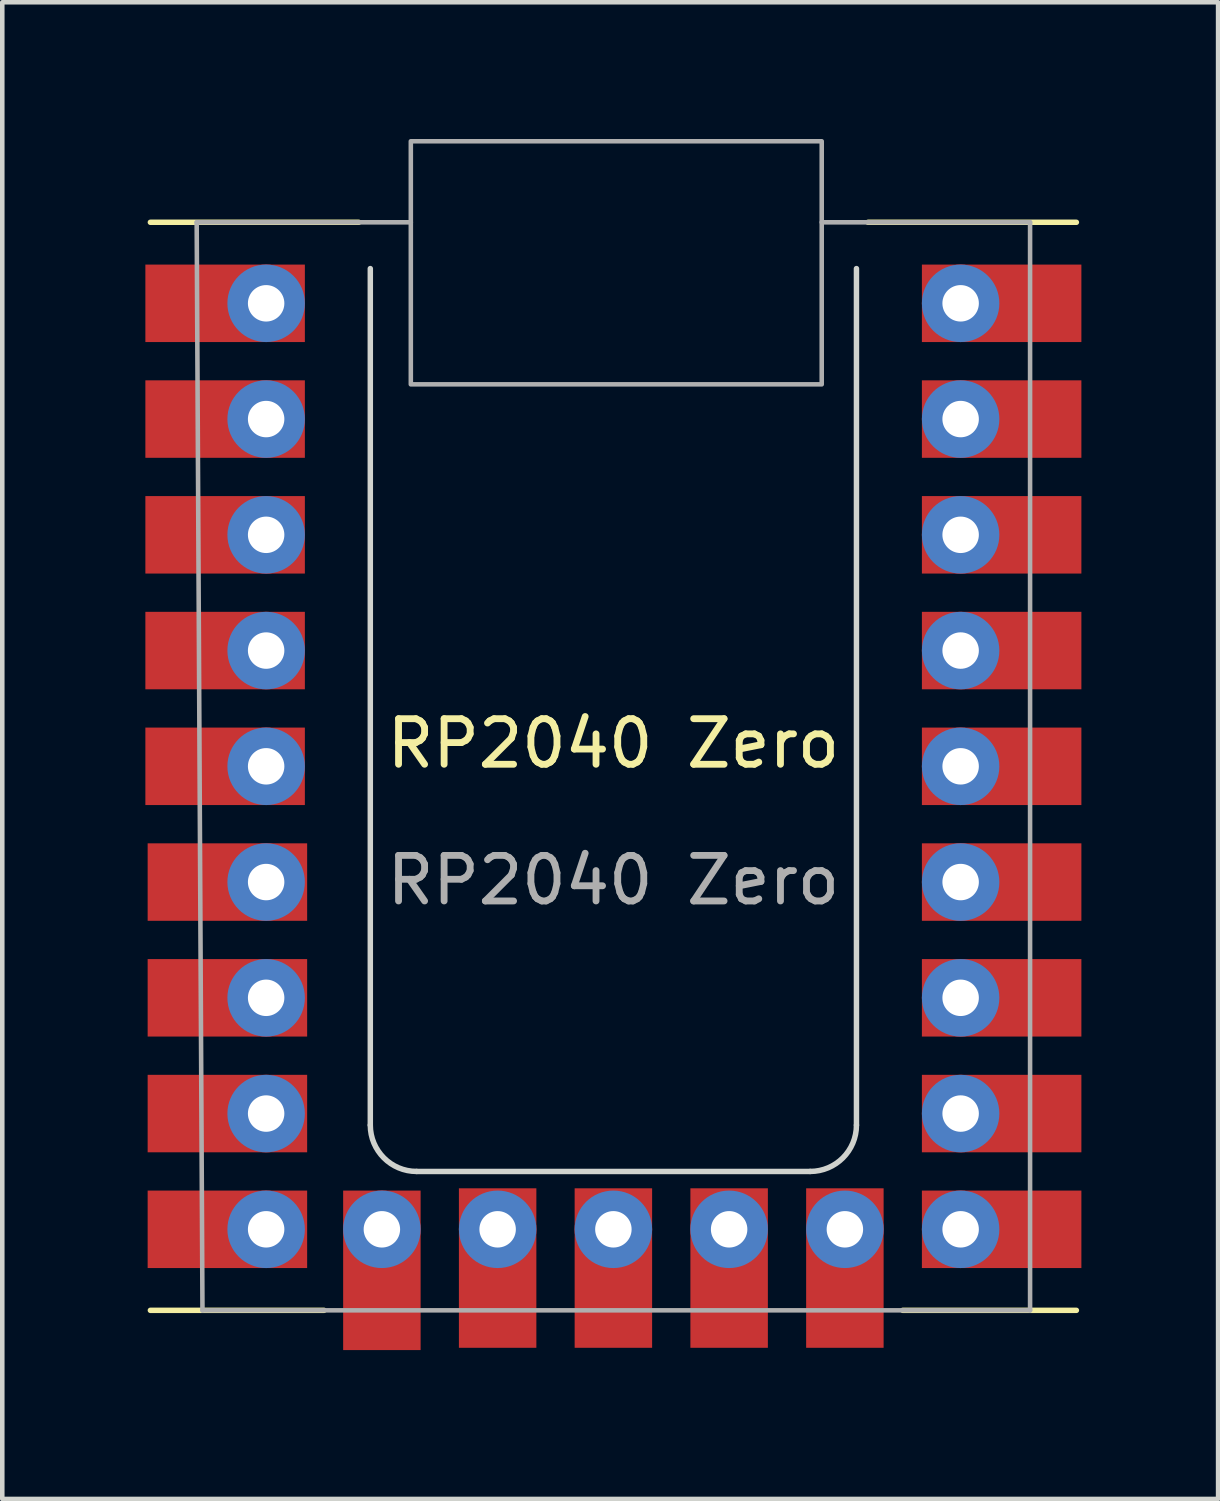
<source format=kicad_pcb>
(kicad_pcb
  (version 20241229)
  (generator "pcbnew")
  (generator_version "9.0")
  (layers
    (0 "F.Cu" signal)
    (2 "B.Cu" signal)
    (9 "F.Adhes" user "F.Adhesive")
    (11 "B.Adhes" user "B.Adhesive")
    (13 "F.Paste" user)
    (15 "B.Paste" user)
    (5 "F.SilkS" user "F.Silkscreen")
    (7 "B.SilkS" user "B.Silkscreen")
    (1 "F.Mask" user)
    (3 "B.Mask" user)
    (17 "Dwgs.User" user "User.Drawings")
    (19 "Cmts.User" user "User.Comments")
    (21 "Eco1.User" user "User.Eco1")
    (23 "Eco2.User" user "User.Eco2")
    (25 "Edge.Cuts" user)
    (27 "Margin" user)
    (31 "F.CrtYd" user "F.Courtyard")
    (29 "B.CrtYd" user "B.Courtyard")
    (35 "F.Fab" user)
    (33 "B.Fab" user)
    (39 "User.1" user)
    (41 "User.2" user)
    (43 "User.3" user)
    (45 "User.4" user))
  (footprint "RP2040 Zero"
    (layer "F.Cu")
    (at 0.25 26.593)
    (property "Reference" "RP2040 Zero" (at 10.16 -13.327 0) (unlocked yes) (layer "F.SilkS") (effects (font (size 1 1) (thickness 0.15))))
    (attr through_hole)
    (fp_line (start 0 -24.765) (end 4.572 -24.765) (stroke (width 0.12) (type default)) (layer "F.SilkS"))
    (fp_line (start 0 -0.889) (end 3.81 -0.889) (stroke (width 0.12) (type default)) (layer "F.SilkS"))
    (fp_line (start 15.748 -24.765) (end 20.32 -24.765) (stroke (width 0.12) (type default)) (layer "F.SilkS"))
    (fp_line (start 16.51 -0.889) (end 20.32 -0.889) (stroke (width 0.12) (type default)) (layer "F.SilkS"))
    (fp_line (start 4.826 -23.749) (end 4.826 -4.953) (stroke (width 0.12) (type default)) (layer "Edge.Cuts"))
    (fp_line (start 5.842 -3.937) (end 14.478 -3.937) (stroke (width 0.12) (type default)) (layer "Edge.Cuts"))
    (fp_line (start 15.494 -4.953) (end 15.494 -23.749) (stroke (width 0.12) (type default)) (layer "Edge.Cuts"))
    (fp_arc (start 5.842 -3.937) (mid 5.12358 -4.23458) (end 4.826 -4.953) (stroke (width 0.12) (type default)) (layer "Edge.Cuts"))
    (fp_arc (start 15.494 -4.953) (mid 15.19642 -4.23458) (end 14.478 -3.937) (stroke (width 0.12) (type default)) (layer "Edge.Cuts"))
    (fp_line (start 1.016 -24.765) (end 5.715 -24.765) (stroke (width 0.1) (type default)) (layer "F.Fab"))
    (fp_line (start 1.143 -0.889) (end 1.016 -24.765) (stroke (width 0.1) (type default)) (layer "F.Fab"))
    (fp_line (start 14.732 -24.765) (end 19.304 -24.765) (stroke (width 0.1) (type default)) (layer "F.Fab"))
    (fp_line (start 19.304 -24.765) (end 19.304 -0.889) (stroke (width 0.1) (type default)) (layer "F.Fab"))
    (fp_line (start 19.304 -0.889) (end 1.143 -0.889) (stroke (width 0.1) (type default)) (layer "F.Fab"))
    (fp_rect (start 5.715 -26.543) (end 14.732 -21.209) (stroke (width 0.1) (type default)) (fill no) (layer "F.Fab"))
    (fp_text user "${REFERENCE}" (at 10.16 -10.327 0) (unlocked yes) (layer "F.Fab") (effects (font (size 1 1) (thickness 0.15))))
    (pad "1" smd rect (at 1.64 -22.987) (size 3.5 1.7) (layers "F.Cu" "F.Mask"))
    (pad "1" thru_hole circle (at 2.54 -22.987) (size 1.7 1.7) (drill 0.8) (layers "*.Cu" "*.Mask"))
    (pad "2" smd rect (at 1.64 -20.447) (size 3.5 1.7) (layers "F.Cu" "F.Mask"))
    (pad "2" thru_hole circle (at 2.54 -20.447) (size 1.7 1.7) (drill 0.8) (layers "*.Cu" "*.Mask"))
    (pad "3" smd rect (at 1.64 -17.907) (size 3.5 1.7) (layers "F.Cu" "F.Mask"))
    (pad "3" thru_hole circle (at 2.54 -17.907) (size 1.7 1.7) (drill 0.8) (layers "*.Cu" "*.Mask"))
    (pad "4" smd rect (at 1.64 -15.367) (size 3.5 1.7) (layers "F.Cu" "F.Mask"))
    (pad "4" thru_hole circle (at 2.54 -15.367) (size 1.7 1.7) (drill 0.8) (layers "*.Cu" "*.Mask"))
    (pad "5" smd rect (at 1.64 -12.827) (size 3.5 1.7) (layers "F.Cu" "F.Mask"))
    (pad "5" thru_hole circle (at 2.54 -12.827) (size 1.7 1.7) (drill 0.8) (layers "*.Cu" "*.Mask"))
    (pad "6" smd rect (at 1.69 -10.287) (size 3.5 1.7) (layers "F.Cu" "F.Mask"))
    (pad "6" thru_hole circle (at 2.54 -10.287) (size 1.7 1.7) (drill 0.8) (layers "*.Cu" "*.Mask"))
    (pad "7" smd rect (at 1.69 -7.747) (size 3.5 1.7) (layers "F.Cu" "F.Mask"))
    (pad "7" thru_hole circle (at 2.54 -7.747) (size 1.7 1.7) (drill 0.8) (layers "*.Cu" "*.Mask"))
    (pad "8" smd rect (at 1.69 -5.207) (size 3.5 1.7) (layers "F.Cu" "F.Mask"))
    (pad "8" thru_hole circle (at 2.54 -5.207) (size 1.7 1.7) (drill 0.8) (layers "*.Cu" "*.Mask"))
    (pad "9" smd rect (at 1.69 -2.667) (size 3.5 1.7) (layers "F.Cu" "F.Mask"))
    (pad "9" thru_hole circle (at 2.54 -2.667) (size 1.7 1.7) (drill 0.8) (layers "*.Cu" "*.Mask"))
    (pad "10" thru_hole circle (at 17.78 -22.987) (size 1.7 1.7) (drill 0.8) (layers "*.Cu" "*.Mask"))
    (pad "10" smd rect (at 18.68 -22.987) (size 3.5 1.7) (layers "F.Cu" "F.Mask"))
    (pad "11" thru_hole circle (at 17.78 -20.447) (size 1.7 1.7) (drill 0.8) (layers "*.Cu" "*.Mask"))
    (pad "11" smd rect (at 18.68 -20.447) (size 3.5 1.7) (layers "F.Cu" "F.Mask"))
    (pad "12" thru_hole circle (at 17.78 -17.907) (size 1.7 1.7) (drill 0.8) (layers "*.Cu" "*.Mask"))
    (pad "12" smd rect (at 18.68 -17.907) (size 3.5 1.7) (layers "F.Cu" "F.Mask"))
    (pad "13" thru_hole circle (at 17.78 -15.367) (size 1.7 1.7) (drill 0.8) (layers "*.Cu" "*.Mask"))
    (pad "13" smd rect (at 18.68 -15.367) (size 3.5 1.7) (layers "F.Cu" "F.Mask"))
    (pad "14" thru_hole circle (at 17.78 -12.827) (size 1.7 1.7) (drill 0.8) (layers "*.Cu" "*.Mask"))
    (pad "14" smd rect (at 18.68 -12.827) (size 3.5 1.7) (layers "F.Cu" "F.Mask"))
    (pad "15" thru_hole circle (at 17.78 -10.287) (size 1.7 1.7) (drill 0.8) (layers "*.Cu" "*.Mask"))
    (pad "15" smd rect (at 18.68 -10.287) (size 3.5 1.7) (layers "F.Cu" "F.Mask"))
    (pad "16" thru_hole circle (at 17.78 -7.747) (size 1.7 1.7) (drill 0.8) (layers "*.Cu" "*.Mask"))
    (pad "16" smd rect (at 18.68 -7.747) (size 3.5 1.7) (layers "F.Cu" "F.Mask"))
    (pad "17" thru_hole circle (at 17.78 -5.207) (size 1.7 1.7) (drill 0.8) (layers "*.Cu" "*.Mask"))
    (pad "17" smd rect (at 18.68 -5.207) (size 3.5 1.7) (layers "F.Cu" "F.Mask"))
    (pad "18" thru_hole circle (at 17.78 -2.667) (size 1.7 1.7) (drill 0.8) (layers "*.Cu" "*.Mask"))
    (pad "18" smd rect (at 18.68 -2.667) (size 3.5 1.7) (layers "F.Cu" "F.Mask"))
    (pad "19" thru_hole circle (at 5.08 -2.667) (size 1.7 1.7) (drill 0.8) (layers "*.Cu" "*.Mask"))
    (pad "19" smd rect (at 5.08 -1.767 90) (size 3.5 1.7) (layers "F.Cu" "F.Mask"))
    (pad "20" thru_hole circle (at 7.62 -2.667) (size 1.7 1.7) (drill 0.8) (layers "*.Cu" "*.Mask"))
    (pad "20" smd rect (at 7.62 -1.817 90) (size 3.5 1.7) (layers "F.Cu" "F.Mask"))
    (pad "21" thru_hole circle (at 10.16 -2.667) (size 1.7 1.7) (drill 0.8) (layers "*.Cu" "*.Mask"))
    (pad "21" smd rect (at 10.16 -1.817 90) (size 3.5 1.7) (layers "F.Cu" "F.Mask"))
    (pad "22" thru_hole circle (at 12.7 -2.667) (size 1.7 1.7) (drill 0.8) (layers "*.Cu" "*.Mask"))
    (pad "22" smd rect (at 12.7 -1.817 90) (size 3.5 1.7) (layers "F.Cu" "F.Mask"))
    (pad "23" thru_hole circle (at 15.24 -2.667) (size 1.7 1.7) (drill 0.8) (layers "*.Cu" "*.Mask"))
    (pad "23" smd rect (at 15.24 -1.817 90) (size 3.5 1.7) (layers "F.Cu" "F.Mask")))
  (gr_rect
    (start -3 -3)
    (end 23.68 29.843)
    (stroke (width 0.1) (type default))
    (fill no)
    (layer "Edge.Cuts")))
</source>
